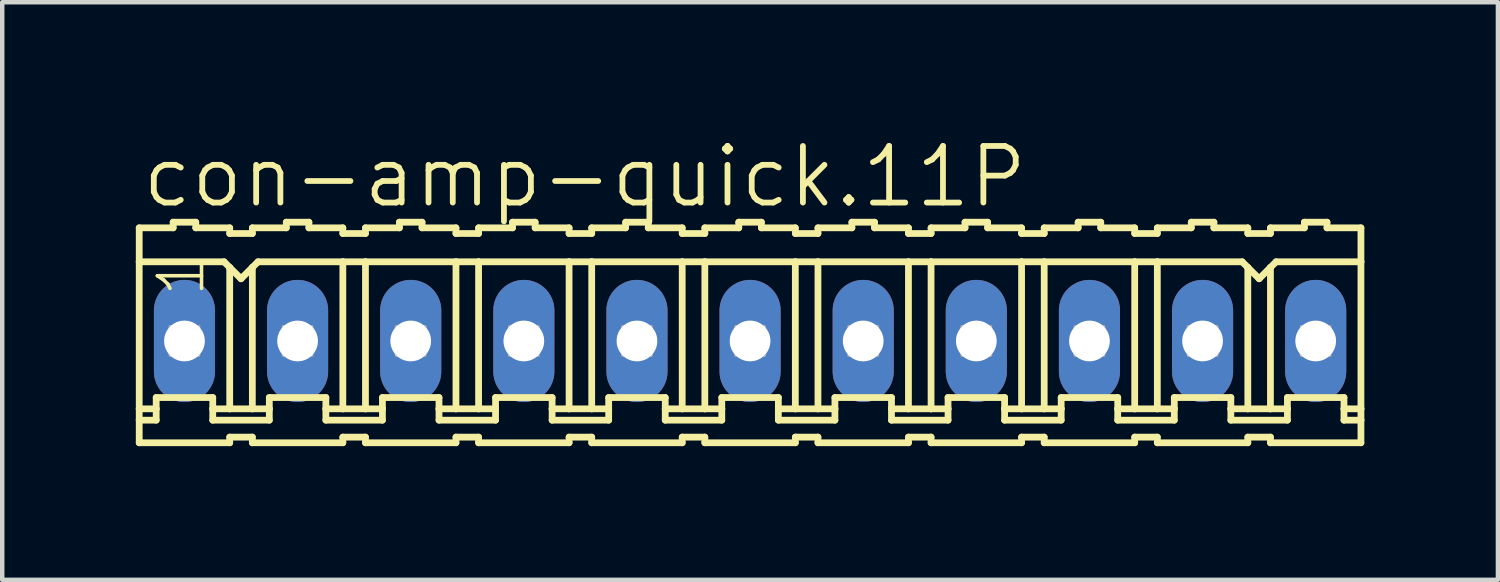
<source format=kicad_pcb>
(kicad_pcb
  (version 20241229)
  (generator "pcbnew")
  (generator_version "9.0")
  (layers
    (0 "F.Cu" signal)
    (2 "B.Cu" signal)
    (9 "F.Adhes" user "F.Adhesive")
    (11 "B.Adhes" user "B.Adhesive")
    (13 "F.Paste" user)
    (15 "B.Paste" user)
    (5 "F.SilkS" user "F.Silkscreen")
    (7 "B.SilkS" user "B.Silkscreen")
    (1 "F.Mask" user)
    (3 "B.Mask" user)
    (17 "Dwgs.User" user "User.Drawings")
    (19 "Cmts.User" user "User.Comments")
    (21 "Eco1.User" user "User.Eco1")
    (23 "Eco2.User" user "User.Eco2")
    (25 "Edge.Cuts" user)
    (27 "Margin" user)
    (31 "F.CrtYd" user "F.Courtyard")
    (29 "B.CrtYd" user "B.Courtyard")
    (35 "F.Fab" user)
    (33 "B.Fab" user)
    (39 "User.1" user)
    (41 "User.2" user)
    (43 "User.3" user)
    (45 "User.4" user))
  (footprint "con-amp-quick.11P"
    (layer "F.Cu")
    (at 13.792 4.606)
    (property "Reference" "con-amp-quick.11P" (at -13.716 -2.946 0) (layer "F.SilkS") (effects (font (size 1.27 1.27) (thickness 0.13)) (justify left bottom)))
    (attr through_hole)
    (fp_line (start -13.716 -2.54) (end -13.716 -1.778) (stroke (width 0.152) (type default)) (layer "F.SilkS"))
    (fp_line (start -13.716 -2.54) (end -12.954 -2.54) (stroke (width 0.152) (type default)) (layer "F.SilkS"))
    (fp_line (start -13.716 -1.778) (end -13.716 1.524) (stroke (width 0.152) (type default)) (layer "F.SilkS"))
    (fp_line (start -13.716 1.524) (end -13.716 1.778) (stroke (width 0.152) (type default)) (layer "F.SilkS"))
    (fp_line (start -13.716 1.778) (end -13.716 2.286) (stroke (width 0.152) (type default)) (layer "F.SilkS"))
    (fp_line (start -13.716 1.778) (end -13.335 1.778) (stroke (width 0.152) (type default)) (layer "F.SilkS"))
    (fp_line (start -13.335 1.27) (end -12.065 1.27) (stroke (width 0.152) (type default)) (layer "F.SilkS"))
    (fp_line (start -13.335 1.524) (end -13.716 1.524) (stroke (width 0.152) (type default)) (layer "F.SilkS"))
    (fp_line (start -13.335 1.524) (end -13.335 1.27) (stroke (width 0.152) (type default)) (layer "F.SilkS"))
    (fp_line (start -13.335 1.778) (end -13.335 1.524) (stroke (width 0.152) (type default)) (layer "F.SilkS"))
    (fp_line (start -12.954 -2.54) (end -12.954 -2.667) (stroke (width 0.152) (type default)) (layer "F.SilkS"))
    (fp_line (start -12.446 -2.667) (end -12.954 -2.667) (stroke (width 0.152) (type default)) (layer "F.SilkS"))
    (fp_line (start -12.446 -2.54) (end -12.446 -2.667) (stroke (width 0.152) (type default)) (layer "F.SilkS"))
    (fp_line (start -12.065 1.524) (end -12.065 1.27) (stroke (width 0.152) (type default)) (layer "F.SilkS"))
    (fp_line (start -12.065 1.524) (end -11.684 1.524) (stroke (width 0.152) (type default)) (layer "F.SilkS"))
    (fp_line (start -12.065 1.778) (end -12.065 1.524) (stroke (width 0.152) (type default)) (layer "F.SilkS"))
    (fp_line (start -11.811 -1.778) (end -13.716 -1.778) (stroke (width 0.152) (type default)) (layer "F.SilkS"))
    (fp_line (start -11.811 -1.778) (end -11.684 -1.651) (stroke (width 0.152) (type default)) (layer "F.SilkS"))
    (fp_line (start -11.684 -2.54) (end -12.446 -2.54) (stroke (width 0.152) (type default)) (layer "F.SilkS"))
    (fp_line (start -11.684 -2.413) (end -11.684 -2.54) (stroke (width 0.152) (type default)) (layer "F.SilkS"))
    (fp_line (start -11.684 -2.413) (end -11.176 -2.413) (stroke (width 0.152) (type default)) (layer "F.SilkS"))
    (fp_line (start -11.684 -1.651) (end -11.684 1.524) (stroke (width 0.152) (type default)) (layer "F.SilkS"))
    (fp_line (start -11.684 -1.651) (end -11.43 -1.397) (stroke (width 0.152) (type default)) (layer "F.SilkS"))
    (fp_line (start -11.684 1.524) (end -11.176 1.524) (stroke (width 0.152) (type default)) (layer "F.SilkS"))
    (fp_line (start -11.684 2.159) (end -11.684 2.286) (stroke (width 0.152) (type default)) (layer "F.SilkS"))
    (fp_line (start -11.684 2.286) (end -13.716 2.286) (stroke (width 0.152) (type default)) (layer "F.SilkS"))
    (fp_line (start -11.43 -1.397) (end -11.176 -1.651) (stroke (width 0.152) (type default)) (layer "F.SilkS"))
    (fp_line (start -11.176 -2.54) (end -10.414 -2.54) (stroke (width 0.152) (type default)) (layer "F.SilkS"))
    (fp_line (start -11.176 -2.413) (end -11.176 -2.54) (stroke (width 0.152) (type default)) (layer "F.SilkS"))
    (fp_line (start -11.176 -1.651) (end -11.176 1.524) (stroke (width 0.152) (type default)) (layer "F.SilkS"))
    (fp_line (start -11.176 -1.651) (end -11.049 -1.778) (stroke (width 0.152) (type default)) (layer "F.SilkS"))
    (fp_line (start -11.176 1.524) (end -10.795 1.524) (stroke (width 0.152) (type default)) (layer "F.SilkS"))
    (fp_line (start -11.176 2.159) (end -11.684 2.159) (stroke (width 0.152) (type default)) (layer "F.SilkS"))
    (fp_line (start -11.176 2.159) (end -11.176 2.286) (stroke (width 0.152) (type default)) (layer "F.SilkS"))
    (fp_line (start -11.176 2.286) (end -9.144 2.286) (stroke (width 0.152) (type default)) (layer "F.SilkS"))
    (fp_line (start -11.049 -1.778) (end -9.144 -1.778) (stroke (width 0.152) (type default)) (layer "F.SilkS"))
    (fp_line (start -10.795 1.27) (end -9.525 1.27) (stroke (width 0.152) (type default)) (layer "F.SilkS"))
    (fp_line (start -10.795 1.524) (end -10.795 1.27) (stroke (width 0.152) (type default)) (layer "F.SilkS"))
    (fp_line (start -10.795 1.778) (end -12.065 1.778) (stroke (width 0.152) (type default)) (layer "F.SilkS"))
    (fp_line (start -10.795 1.778) (end -10.795 1.524) (stroke (width 0.152) (type default)) (layer "F.SilkS"))
    (fp_line (start -10.414 -2.54) (end -10.414 -2.667) (stroke (width 0.152) (type default)) (layer "F.SilkS"))
    (fp_line (start -9.906 -2.667) (end -10.414 -2.667) (stroke (width 0.152) (type default)) (layer "F.SilkS"))
    (fp_line (start -9.906 -2.54) (end -9.906 -2.667) (stroke (width 0.152) (type default)) (layer "F.SilkS"))
    (fp_line (start -9.906 -2.54) (end -9.144 -2.54) (stroke (width 0.152) (type default)) (layer "F.SilkS"))
    (fp_line (start -9.525 1.524) (end -9.525 1.27) (stroke (width 0.152) (type default)) (layer "F.SilkS"))
    (fp_line (start -9.525 1.524) (end -9.144 1.524) (stroke (width 0.152) (type default)) (layer "F.SilkS"))
    (fp_line (start -9.525 1.778) (end -9.525 1.524) (stroke (width 0.152) (type default)) (layer "F.SilkS"))
    (fp_line (start -9.525 1.778) (end -8.255 1.778) (stroke (width 0.152) (type default)) (layer "F.SilkS"))
    (fp_line (start -9.144 -2.413) (end -9.144 -2.54) (stroke (width 0.152) (type default)) (layer "F.SilkS"))
    (fp_line (start -9.144 -1.778) (end -9.144 1.524) (stroke (width 0.152) (type default)) (layer "F.SilkS"))
    (fp_line (start -9.144 -1.778) (end -8.636 -1.778) (stroke (width 0.152) (type default)) (layer "F.SilkS"))
    (fp_line (start -9.144 1.524) (end -8.636 1.524) (stroke (width 0.152) (type default)) (layer "F.SilkS"))
    (fp_line (start -9.144 2.159) (end -9.144 2.286) (stroke (width 0.152) (type default)) (layer "F.SilkS"))
    (fp_line (start -8.636 -2.54) (end -7.874 -2.54) (stroke (width 0.152) (type default)) (layer "F.SilkS"))
    (fp_line (start -8.636 -2.413) (end -9.144 -2.413) (stroke (width 0.152) (type default)) (layer "F.SilkS"))
    (fp_line (start -8.636 -2.413) (end -8.636 -2.54) (stroke (width 0.152) (type default)) (layer "F.SilkS"))
    (fp_line (start -8.636 -1.778) (end -8.636 1.524) (stroke (width 0.152) (type default)) (layer "F.SilkS"))
    (fp_line (start -8.636 -1.778) (end -6.604 -1.778) (stroke (width 0.152) (type default)) (layer "F.SilkS"))
    (fp_line (start -8.636 1.524) (end -8.255 1.524) (stroke (width 0.152) (type default)) (layer "F.SilkS"))
    (fp_line (start -8.636 2.159) (end -9.144 2.159) (stroke (width 0.152) (type default)) (layer "F.SilkS"))
    (fp_line (start -8.636 2.159) (end -8.636 2.286) (stroke (width 0.152) (type default)) (layer "F.SilkS"))
    (fp_line (start -8.255 1.27) (end -6.985 1.27) (stroke (width 0.152) (type default)) (layer "F.SilkS"))
    (fp_line (start -8.255 1.524) (end -8.255 1.27) (stroke (width 0.152) (type default)) (layer "F.SilkS"))
    (fp_line (start -8.255 1.778) (end -8.255 1.524) (stroke (width 0.152) (type default)) (layer "F.SilkS"))
    (fp_line (start -7.874 -2.54) (end -7.874 -2.667) (stroke (width 0.152) (type default)) (layer "F.SilkS"))
    (fp_line (start -7.366 -2.667) (end -7.874 -2.667) (stroke (width 0.152) (type default)) (layer "F.SilkS"))
    (fp_line (start -7.366 -2.54) (end -7.366 -2.667) (stroke (width 0.152) (type default)) (layer "F.SilkS"))
    (fp_line (start -7.366 -2.54) (end -6.604 -2.54) (stroke (width 0.152) (type default)) (layer "F.SilkS"))
    (fp_line (start -6.985 1.524) (end -6.985 1.27) (stroke (width 0.152) (type default)) (layer "F.SilkS"))
    (fp_line (start -6.985 1.524) (end -6.604 1.524) (stroke (width 0.152) (type default)) (layer "F.SilkS"))
    (fp_line (start -6.985 1.778) (end -6.985 1.524) (stroke (width 0.152) (type default)) (layer "F.SilkS"))
    (fp_line (start -6.604 -2.54) (end -6.604 -2.413) (stroke (width 0.152) (type default)) (layer "F.SilkS"))
    (fp_line (start -6.604 -1.778) (end -6.604 1.524) (stroke (width 0.152) (type default)) (layer "F.SilkS"))
    (fp_line (start -6.604 2.159) (end -6.604 2.286) (stroke (width 0.152) (type default)) (layer "F.SilkS"))
    (fp_line (start -6.604 2.286) (end -8.636 2.286) (stroke (width 0.152) (type default)) (layer "F.SilkS"))
    (fp_line (start -6.096 -2.54) (end -6.096 -2.413) (stroke (width 0.152) (type default)) (layer "F.SilkS"))
    (fp_line (start -6.096 -2.54) (end -5.334 -2.54) (stroke (width 0.152) (type default)) (layer "F.SilkS"))
    (fp_line (start -6.096 -2.413) (end -6.604 -2.413) (stroke (width 0.152) (type default)) (layer "F.SilkS"))
    (fp_line (start -6.096 -1.778) (end -6.604 -1.778) (stroke (width 0.152) (type default)) (layer "F.SilkS"))
    (fp_line (start -6.096 -1.778) (end -6.096 1.524) (stroke (width 0.152) (type default)) (layer "F.SilkS"))
    (fp_line (start -6.096 -1.778) (end -4.064 -1.778) (stroke (width 0.152) (type default)) (layer "F.SilkS"))
    (fp_line (start -6.096 1.524) (end -6.604 1.524) (stroke (width 0.152) (type default)) (layer "F.SilkS"))
    (fp_line (start -6.096 2.159) (end -6.604 2.159) (stroke (width 0.152) (type default)) (layer "F.SilkS"))
    (fp_line (start -6.096 2.159) (end -6.096 2.286) (stroke (width 0.152) (type default)) (layer "F.SilkS"))
    (fp_line (start -5.715 1.27) (end -4.445 1.27) (stroke (width 0.152) (type default)) (layer "F.SilkS"))
    (fp_line (start -5.715 1.524) (end -6.096 1.524) (stroke (width 0.152) (type default)) (layer "F.SilkS"))
    (fp_line (start -5.715 1.524) (end -5.715 1.27) (stroke (width 0.152) (type default)) (layer "F.SilkS"))
    (fp_line (start -5.715 1.778) (end -6.985 1.778) (stroke (width 0.152) (type default)) (layer "F.SilkS"))
    (fp_line (start -5.715 1.778) (end -5.715 1.524) (stroke (width 0.152) (type default)) (layer "F.SilkS"))
    (fp_line (start -5.334 -2.54) (end -5.334 -2.667) (stroke (width 0.152) (type default)) (layer "F.SilkS"))
    (fp_line (start -4.826 -2.667) (end -5.334 -2.667) (stroke (width 0.152) (type default)) (layer "F.SilkS"))
    (fp_line (start -4.826 -2.54) (end -4.826 -2.667) (stroke (width 0.152) (type default)) (layer "F.SilkS"))
    (fp_line (start -4.445 1.524) (end -4.445 1.27) (stroke (width 0.152) (type default)) (layer "F.SilkS"))
    (fp_line (start -4.445 1.524) (end -4.064 1.524) (stroke (width 0.152) (type default)) (layer "F.SilkS"))
    (fp_line (start -4.445 1.778) (end -4.445 1.524) (stroke (width 0.152) (type default)) (layer "F.SilkS"))
    (fp_line (start -4.064 -2.54) (end -4.826 -2.54) (stroke (width 0.152) (type default)) (layer "F.SilkS"))
    (fp_line (start -4.064 -2.413) (end -4.064 -2.54) (stroke (width 0.152) (type default)) (layer "F.SilkS"))
    (fp_line (start -4.064 -2.413) (end -3.556 -2.413) (stroke (width 0.152) (type default)) (layer "F.SilkS"))
    (fp_line (start -4.064 -1.778) (end -4.064 1.524) (stroke (width 0.152) (type default)) (layer "F.SilkS"))
    (fp_line (start -4.064 -1.778) (end -3.556 -1.778) (stroke (width 0.152) (type default)) (layer "F.SilkS"))
    (fp_line (start -4.064 1.524) (end -3.556 1.524) (stroke (width 0.152) (type default)) (layer "F.SilkS"))
    (fp_line (start -4.064 2.159) (end -4.064 2.286) (stroke (width 0.152) (type default)) (layer "F.SilkS"))
    (fp_line (start -4.064 2.286) (end -6.096 2.286) (stroke (width 0.152) (type default)) (layer "F.SilkS"))
    (fp_line (start -3.556 -2.54) (end -2.794 -2.54) (stroke (width 0.152) (type default)) (layer "F.SilkS"))
    (fp_line (start -3.556 -2.413) (end -3.556 -2.54) (stroke (width 0.152) (type default)) (layer "F.SilkS"))
    (fp_line (start -3.556 -1.778) (end -3.556 1.524) (stroke (width 0.152) (type default)) (layer "F.SilkS"))
    (fp_line (start -3.556 -1.778) (end -1.524 -1.778) (stroke (width 0.152) (type default)) (layer "F.SilkS"))
    (fp_line (start -3.556 1.524) (end -3.175 1.524) (stroke (width 0.152) (type default)) (layer "F.SilkS"))
    (fp_line (start -3.556 2.159) (end -4.064 2.159) (stroke (width 0.152) (type default)) (layer "F.SilkS"))
    (fp_line (start -3.556 2.159) (end -3.556 2.286) (stroke (width 0.152) (type default)) (layer "F.SilkS"))
    (fp_line (start -3.175 1.27) (end -1.905 1.27) (stroke (width 0.152) (type default)) (layer "F.SilkS"))
    (fp_line (start -3.175 1.524) (end -3.175 1.27) (stroke (width 0.152) (type default)) (layer "F.SilkS"))
    (fp_line (start -3.175 1.778) (end -4.445 1.778) (stroke (width 0.152) (type default)) (layer "F.SilkS"))
    (fp_line (start -3.175 1.778) (end -3.175 1.524) (stroke (width 0.152) (type default)) (layer "F.SilkS"))
    (fp_line (start -2.794 -2.54) (end -2.794 -2.667) (stroke (width 0.152) (type default)) (layer "F.SilkS"))
    (fp_line (start -2.286 -2.667) (end -2.794 -2.667) (stroke (width 0.152) (type default)) (layer "F.SilkS"))
    (fp_line (start -2.286 -2.54) (end -2.286 -2.667) (stroke (width 0.152) (type default)) (layer "F.SilkS"))
    (fp_line (start -1.905 1.524) (end -1.905 1.27) (stroke (width 0.152) (type default)) (layer "F.SilkS"))
    (fp_line (start -1.905 1.524) (end -1.524 1.524) (stroke (width 0.152) (type default)) (layer "F.SilkS"))
    (fp_line (start -1.905 1.778) (end -1.905 1.524) (stroke (width 0.152) (type default)) (layer "F.SilkS"))
    (fp_line (start -1.524 -2.54) (end -2.286 -2.54) (stroke (width 0.152) (type default)) (layer "F.SilkS"))
    (fp_line (start -1.524 -2.413) (end -1.524 -2.54) (stroke (width 0.152) (type default)) (layer "F.SilkS"))
    (fp_line (start -1.524 -2.413) (end -1.016 -2.413) (stroke (width 0.152) (type default)) (layer "F.SilkS"))
    (fp_line (start -1.524 -1.778) (end -1.524 1.524) (stroke (width 0.152) (type default)) (layer "F.SilkS"))
    (fp_line (start -1.524 -1.778) (end -1.016 -1.778) (stroke (width 0.152) (type default)) (layer "F.SilkS"))
    (fp_line (start -1.524 1.524) (end -1.016 1.524) (stroke (width 0.152) (type default)) (layer "F.SilkS"))
    (fp_line (start -1.524 2.159) (end -1.524 2.286) (stroke (width 0.152) (type default)) (layer "F.SilkS"))
    (fp_line (start -1.524 2.286) (end -3.556 2.286) (stroke (width 0.152) (type default)) (layer "F.SilkS"))
    (fp_line (start -1.016 -2.54) (end -0.254 -2.54) (stroke (width 0.152) (type default)) (layer "F.SilkS"))
    (fp_line (start -1.016 -2.413) (end -1.016 -2.54) (stroke (width 0.152) (type default)) (layer "F.SilkS"))
    (fp_line (start -1.016 -1.778) (end -1.016 1.524) (stroke (width 0.152) (type default)) (layer "F.SilkS"))
    (fp_line (start -1.016 -1.778) (end 1.016 -1.778) (stroke (width 0.152) (type default)) (layer "F.SilkS"))
    (fp_line (start -1.016 1.524) (end -0.635 1.524) (stroke (width 0.152) (type default)) (layer "F.SilkS"))
    (fp_line (start -1.016 2.159) (end -1.524 2.159) (stroke (width 0.152) (type default)) (layer "F.SilkS"))
    (fp_line (start -1.016 2.159) (end -1.016 2.286) (stroke (width 0.152) (type default)) (layer "F.SilkS"))
    (fp_line (start -0.635 1.27) (end 0.635 1.27) (stroke (width 0.152) (type default)) (layer "F.SilkS"))
    (fp_line (start -0.635 1.524) (end -0.635 1.27) (stroke (width 0.152) (type default)) (layer "F.SilkS"))
    (fp_line (start -0.635 1.778) (end -1.905 1.778) (stroke (width 0.152) (type default)) (layer "F.SilkS"))
    (fp_line (start -0.635 1.778) (end -0.635 1.524) (stroke (width 0.152) (type default)) (layer "F.SilkS"))
    (fp_line (start -0.254 -2.54) (end -0.254 -2.667) (stroke (width 0.152) (type default)) (layer "F.SilkS"))
    (fp_line (start 0.254 -2.667) (end -0.254 -2.667) (stroke (width 0.152) (type default)) (layer "F.SilkS"))
    (fp_line (start 0.254 -2.54) (end 0.254 -2.667) (stroke (width 0.152) (type default)) (layer "F.SilkS"))
    (fp_line (start 0.635 1.524) (end 0.635 1.27) (stroke (width 0.152) (type default)) (layer "F.SilkS"))
    (fp_line (start 0.635 1.524) (end 1.016 1.524) (stroke (width 0.152) (type default)) (layer "F.SilkS"))
    (fp_line (start 0.635 1.778) (end 0.635 1.524) (stroke (width 0.152) (type default)) (layer "F.SilkS"))
    (fp_line (start 1.016 -2.54) (end 0.254 -2.54) (stroke (width 0.152) (type default)) (layer "F.SilkS"))
    (fp_line (start 1.016 -2.413) (end 1.016 -2.54) (stroke (width 0.152) (type default)) (layer "F.SilkS"))
    (fp_line (start 1.016 -2.413) (end 1.524 -2.413) (stroke (width 0.152) (type default)) (layer "F.SilkS"))
    (fp_line (start 1.016 -1.778) (end 1.016 1.524) (stroke (width 0.152) (type default)) (layer "F.SilkS"))
    (fp_line (start 1.016 -1.778) (end 1.524 -1.778) (stroke (width 0.152) (type default)) (layer "F.SilkS"))
    (fp_line (start 1.016 1.524) (end 1.524 1.524) (stroke (width 0.152) (type default)) (layer "F.SilkS"))
    (fp_line (start 1.016 2.159) (end 1.016 2.286) (stroke (width 0.152) (type default)) (layer "F.SilkS"))
    (fp_line (start 1.016 2.286) (end -1.016 2.286) (stroke (width 0.152) (type default)) (layer "F.SilkS"))
    (fp_line (start 1.524 -2.54) (end 2.286 -2.54) (stroke (width 0.152) (type default)) (layer "F.SilkS"))
    (fp_line (start 1.524 -2.413) (end 1.524 -2.54) (stroke (width 0.152) (type default)) (layer "F.SilkS"))
    (fp_line (start 1.524 -1.778) (end 1.524 1.524) (stroke (width 0.152) (type default)) (layer "F.SilkS"))
    (fp_line (start 1.524 -1.778) (end 3.556 -1.778) (stroke (width 0.152) (type default)) (layer "F.SilkS"))
    (fp_line (start 1.524 1.524) (end 1.905 1.524) (stroke (width 0.152) (type default)) (layer "F.SilkS"))
    (fp_line (start 1.524 2.159) (end 1.016 2.159) (stroke (width 0.152) (type default)) (layer "F.SilkS"))
    (fp_line (start 1.524 2.159) (end 1.524 2.286) (stroke (width 0.152) (type default)) (layer "F.SilkS"))
    (fp_line (start 1.905 1.27) (end 3.175 1.27) (stroke (width 0.152) (type default)) (layer "F.SilkS"))
    (fp_line (start 1.905 1.524) (end 1.905 1.27) (stroke (width 0.152) (type default)) (layer "F.SilkS"))
    (fp_line (start 1.905 1.778) (end 0.635 1.778) (stroke (width 0.152) (type default)) (layer "F.SilkS"))
    (fp_line (start 1.905 1.778) (end 1.905 1.524) (stroke (width 0.152) (type default)) (layer "F.SilkS"))
    (fp_line (start 2.286 -2.54) (end 2.286 -2.667) (stroke (width 0.152) (type default)) (layer "F.SilkS"))
    (fp_line (start 2.794 -2.667) (end 2.286 -2.667) (stroke (width 0.152) (type default)) (layer "F.SilkS"))
    (fp_line (start 2.794 -2.54) (end 2.794 -2.667) (stroke (width 0.152) (type default)) (layer "F.SilkS"))
    (fp_line (start 3.175 1.524) (end 3.175 1.27) (stroke (width 0.152) (type default)) (layer "F.SilkS"))
    (fp_line (start 3.175 1.524) (end 3.556 1.524) (stroke (width 0.152) (type default)) (layer "F.SilkS"))
    (fp_line (start 3.175 1.778) (end 3.175 1.524) (stroke (width 0.152) (type default)) (layer "F.SilkS"))
    (fp_line (start 3.556 -2.54) (end 2.794 -2.54) (stroke (width 0.152) (type default)) (layer "F.SilkS"))
    (fp_line (start 3.556 -2.413) (end 3.556 -2.54) (stroke (width 0.152) (type default)) (layer "F.SilkS"))
    (fp_line (start 3.556 -2.413) (end 4.064 -2.413) (stroke (width 0.152) (type default)) (layer "F.SilkS"))
    (fp_line (start 3.556 -1.778) (end 3.556 1.524) (stroke (width 0.152) (type default)) (layer "F.SilkS"))
    (fp_line (start 3.556 -1.778) (end 4.064 -1.778) (stroke (width 0.152) (type default)) (layer "F.SilkS"))
    (fp_line (start 3.556 1.524) (end 4.064 1.524) (stroke (width 0.152) (type default)) (layer "F.SilkS"))
    (fp_line (start 3.556 2.159) (end 3.556 2.286) (stroke (width 0.152) (type default)) (layer "F.SilkS"))
    (fp_line (start 3.556 2.286) (end 1.524 2.286) (stroke (width 0.152) (type default)) (layer "F.SilkS"))
    (fp_line (start 4.064 -2.54) (end 4.826 -2.54) (stroke (width 0.152) (type default)) (layer "F.SilkS"))
    (fp_line (start 4.064 -2.413) (end 4.064 -2.54) (stroke (width 0.152) (type default)) (layer "F.SilkS"))
    (fp_line (start 4.064 -1.778) (end 4.064 1.524) (stroke (width 0.152) (type default)) (layer "F.SilkS"))
    (fp_line (start 4.064 -1.778) (end 6.096 -1.778) (stroke (width 0.152) (type default)) (layer "F.SilkS"))
    (fp_line (start 4.064 1.524) (end 4.445 1.524) (stroke (width 0.152) (type default)) (layer "F.SilkS"))
    (fp_line (start 4.064 2.159) (end 3.556 2.159) (stroke (width 0.152) (type default)) (layer "F.SilkS"))
    (fp_line (start 4.064 2.159) (end 4.064 2.286) (stroke (width 0.152) (type default)) (layer "F.SilkS"))
    (fp_line (start 4.445 1.27) (end 5.715 1.27) (stroke (width 0.152) (type default)) (layer "F.SilkS"))
    (fp_line (start 4.445 1.524) (end 4.445 1.27) (stroke (width 0.152) (type default)) (layer "F.SilkS"))
    (fp_line (start 4.445 1.778) (end 3.175 1.778) (stroke (width 0.152) (type default)) (layer "F.SilkS"))
    (fp_line (start 4.445 1.778) (end 4.445 1.524) (stroke (width 0.152) (type default)) (layer "F.SilkS"))
    (fp_line (start 4.826 -2.54) (end 4.826 -2.667) (stroke (width 0.152) (type default)) (layer "F.SilkS"))
    (fp_line (start 5.334 -2.667) (end 4.826 -2.667) (stroke (width 0.152) (type default)) (layer "F.SilkS"))
    (fp_line (start 5.334 -2.54) (end 5.334 -2.667) (stroke (width 0.152) (type default)) (layer "F.SilkS"))
    (fp_line (start 5.715 1.524) (end 5.715 1.27) (stroke (width 0.152) (type default)) (layer "F.SilkS"))
    (fp_line (start 5.715 1.524) (end 6.096 1.524) (stroke (width 0.152) (type default)) (layer "F.SilkS"))
    (fp_line (start 5.715 1.778) (end 5.715 1.524) (stroke (width 0.152) (type default)) (layer "F.SilkS"))
    (fp_line (start 6.096 -2.54) (end 5.334 -2.54) (stroke (width 0.152) (type default)) (layer "F.SilkS"))
    (fp_line (start 6.096 -2.413) (end 6.096 -2.54) (stroke (width 0.152) (type default)) (layer "F.SilkS"))
    (fp_line (start 6.096 -2.413) (end 6.604 -2.413) (stroke (width 0.152) (type default)) (layer "F.SilkS"))
    (fp_line (start 6.096 -1.778) (end 6.096 1.524) (stroke (width 0.152) (type default)) (layer "F.SilkS"))
    (fp_line (start 6.096 -1.778) (end 6.604 -1.778) (stroke (width 0.152) (type default)) (layer "F.SilkS"))
    (fp_line (start 6.096 1.524) (end 6.604 1.524) (stroke (width 0.152) (type default)) (layer "F.SilkS"))
    (fp_line (start 6.096 2.159) (end 6.096 2.286) (stroke (width 0.152) (type default)) (layer "F.SilkS"))
    (fp_line (start 6.096 2.286) (end 4.064 2.286) (stroke (width 0.152) (type default)) (layer "F.SilkS"))
    (fp_line (start 6.604 -2.54) (end 7.366 -2.54) (stroke (width 0.152) (type default)) (layer "F.SilkS"))
    (fp_line (start 6.604 -2.413) (end 6.604 -2.54) (stroke (width 0.152) (type default)) (layer "F.SilkS"))
    (fp_line (start 6.604 -1.778) (end 6.604 1.524) (stroke (width 0.152) (type default)) (layer "F.SilkS"))
    (fp_line (start 6.604 -1.778) (end 8.636 -1.778) (stroke (width 0.152) (type default)) (layer "F.SilkS"))
    (fp_line (start 6.604 1.524) (end 6.985 1.524) (stroke (width 0.152) (type default)) (layer "F.SilkS"))
    (fp_line (start 6.604 2.159) (end 6.096 2.159) (stroke (width 0.152) (type default)) (layer "F.SilkS"))
    (fp_line (start 6.604 2.159) (end 6.604 2.286) (stroke (width 0.152) (type default)) (layer "F.SilkS"))
    (fp_line (start 6.985 1.27) (end 8.255 1.27) (stroke (width 0.152) (type default)) (layer "F.SilkS"))
    (fp_line (start 6.985 1.524) (end 6.985 1.27) (stroke (width 0.152) (type default)) (layer "F.SilkS"))
    (fp_line (start 6.985 1.778) (end 5.715 1.778) (stroke (width 0.152) (type default)) (layer "F.SilkS"))
    (fp_line (start 6.985 1.778) (end 6.985 1.524) (stroke (width 0.152) (type default)) (layer "F.SilkS"))
    (fp_line (start 7.366 -2.54) (end 7.366 -2.667) (stroke (width 0.152) (type default)) (layer "F.SilkS"))
    (fp_line (start 7.874 -2.667) (end 7.366 -2.667) (stroke (width 0.152) (type default)) (layer "F.SilkS"))
    (fp_line (start 7.874 -2.54) (end 7.874 -2.667) (stroke (width 0.152) (type default)) (layer "F.SilkS"))
    (fp_line (start 8.255 1.524) (end 8.255 1.27) (stroke (width 0.152) (type default)) (layer "F.SilkS"))
    (fp_line (start 8.255 1.524) (end 8.636 1.524) (stroke (width 0.152) (type default)) (layer "F.SilkS"))
    (fp_line (start 8.255 1.778) (end 8.255 1.524) (stroke (width 0.152) (type default)) (layer "F.SilkS"))
    (fp_line (start 8.636 -2.54) (end 7.874 -2.54) (stroke (width 0.152) (type default)) (layer "F.SilkS"))
    (fp_line (start 8.636 -2.413) (end 8.636 -2.54) (stroke (width 0.152) (type default)) (layer "F.SilkS"))
    (fp_line (start 8.636 -2.413) (end 9.144 -2.413) (stroke (width 0.152) (type default)) (layer "F.SilkS"))
    (fp_line (start 8.636 -1.778) (end 8.636 1.524) (stroke (width 0.152) (type default)) (layer "F.SilkS"))
    (fp_line (start 8.636 -1.778) (end 9.144 -1.778) (stroke (width 0.152) (type default)) (layer "F.SilkS"))
    (fp_line (start 8.636 1.524) (end 9.144 1.524) (stroke (width 0.152) (type default)) (layer "F.SilkS"))
    (fp_line (start 8.636 2.159) (end 8.636 2.286) (stroke (width 0.152) (type default)) (layer "F.SilkS"))
    (fp_line (start 8.636 2.286) (end 6.604 2.286) (stroke (width 0.152) (type default)) (layer "F.SilkS"))
    (fp_line (start 9.144 -2.54) (end 9.906 -2.54) (stroke (width 0.152) (type default)) (layer "F.SilkS"))
    (fp_line (start 9.144 -2.413) (end 9.144 -2.54) (stroke (width 0.152) (type default)) (layer "F.SilkS"))
    (fp_line (start 9.144 -1.778) (end 9.144 1.524) (stroke (width 0.152) (type default)) (layer "F.SilkS"))
    (fp_line (start 9.144 -1.778) (end 11.049 -1.778) (stroke (width 0.152) (type default)) (layer "F.SilkS"))
    (fp_line (start 9.144 1.524) (end 9.525 1.524) (stroke (width 0.152) (type default)) (layer "F.SilkS"))
    (fp_line (start 9.144 2.159) (end 8.636 2.159) (stroke (width 0.152) (type default)) (layer "F.SilkS"))
    (fp_line (start 9.144 2.159) (end 9.144 2.286) (stroke (width 0.152) (type default)) (layer "F.SilkS"))
    (fp_line (start 9.525 1.27) (end 10.795 1.27) (stroke (width 0.152) (type default)) (layer "F.SilkS"))
    (fp_line (start 9.525 1.524) (end 9.525 1.27) (stroke (width 0.152) (type default)) (layer "F.SilkS"))
    (fp_line (start 9.525 1.778) (end 8.255 1.778) (stroke (width 0.152) (type default)) (layer "F.SilkS"))
    (fp_line (start 9.525 1.778) (end 9.525 1.524) (stroke (width 0.152) (type default)) (layer "F.SilkS"))
    (fp_line (start 9.906 -2.54) (end 9.906 -2.667) (stroke (width 0.152) (type default)) (layer "F.SilkS"))
    (fp_line (start 10.414 -2.667) (end 9.906 -2.667) (stroke (width 0.152) (type default)) (layer "F.SilkS"))
    (fp_line (start 10.414 -2.54) (end 10.414 -2.667) (stroke (width 0.152) (type default)) (layer "F.SilkS"))
    (fp_line (start 10.414 -2.54) (end 11.176 -2.54) (stroke (width 0.152) (type default)) (layer "F.SilkS"))
    (fp_line (start 10.795 1.524) (end 10.795 1.27) (stroke (width 0.152) (type default)) (layer "F.SilkS"))
    (fp_line (start 10.795 1.524) (end 11.176 1.524) (stroke (width 0.152) (type default)) (layer "F.SilkS"))
    (fp_line (start 10.795 1.778) (end 10.795 1.524) (stroke (width 0.152) (type default)) (layer "F.SilkS"))
    (fp_line (start 10.795 1.778) (end 12.065 1.778) (stroke (width 0.152) (type default)) (layer "F.SilkS"))
    (fp_line (start 11.049 -1.778) (end 11.176 -1.651) (stroke (width 0.152) (type default)) (layer "F.SilkS"))
    (fp_line (start 11.176 -2.413) (end 11.176 -2.54) (stroke (width 0.152) (type default)) (layer "F.SilkS"))
    (fp_line (start 11.176 -1.651) (end 11.176 1.524) (stroke (width 0.152) (type default)) (layer "F.SilkS"))
    (fp_line (start 11.176 -1.651) (end 11.43 -1.397) (stroke (width 0.152) (type default)) (layer "F.SilkS"))
    (fp_line (start 11.176 1.524) (end 11.684 1.524) (stroke (width 0.152) (type default)) (layer "F.SilkS"))
    (fp_line (start 11.176 2.159) (end 11.176 2.286) (stroke (width 0.152) (type default)) (layer "F.SilkS"))
    (fp_line (start 11.176 2.286) (end 9.144 2.286) (stroke (width 0.152) (type default)) (layer "F.SilkS"))
    (fp_line (start 11.43 -1.397) (end 11.684 -1.651) (stroke (width 0.152) (type default)) (layer "F.SilkS"))
    (fp_line (start 11.684 -2.54) (end 12.446 -2.54) (stroke (width 0.152) (type default)) (layer "F.SilkS"))
    (fp_line (start 11.684 -2.413) (end 11.176 -2.413) (stroke (width 0.152) (type default)) (layer "F.SilkS"))
    (fp_line (start 11.684 -2.413) (end 11.684 -2.54) (stroke (width 0.152) (type default)) (layer "F.SilkS"))
    (fp_line (start 11.684 -1.651) (end 11.684 1.524) (stroke (width 0.152) (type default)) (layer "F.SilkS"))
    (fp_line (start 11.684 -1.651) (end 11.811 -1.778) (stroke (width 0.152) (type default)) (layer "F.SilkS"))
    (fp_line (start 11.684 1.524) (end 12.065 1.524) (stroke (width 0.152) (type default)) (layer "F.SilkS"))
    (fp_line (start 11.684 2.159) (end 11.176 2.159) (stroke (width 0.152) (type default)) (layer "F.SilkS"))
    (fp_line (start 11.684 2.159) (end 11.684 2.286) (stroke (width 0.152) (type default)) (layer "F.SilkS"))
    (fp_line (start 11.811 -1.778) (end 13.716 -1.778) (stroke (width 0.152) (type default)) (layer "F.SilkS"))
    (fp_line (start 12.065 1.27) (end 13.335 1.27) (stroke (width 0.152) (type default)) (layer "F.SilkS"))
    (fp_line (start 12.065 1.524) (end 12.065 1.27) (stroke (width 0.152) (type default)) (layer "F.SilkS"))
    (fp_line (start 12.065 1.778) (end 12.065 1.524) (stroke (width 0.152) (type default)) (layer "F.SilkS"))
    (fp_line (start 12.446 -2.54) (end 12.446 -2.667) (stroke (width 0.152) (type default)) (layer "F.SilkS"))
    (fp_line (start 12.954 -2.667) (end 12.446 -2.667) (stroke (width 0.152) (type default)) (layer "F.SilkS"))
    (fp_line (start 12.954 -2.54) (end 12.954 -2.667) (stroke (width 0.152) (type default)) (layer "F.SilkS"))
    (fp_line (start 12.954 -2.54) (end 13.716 -2.54) (stroke (width 0.152) (type default)) (layer "F.SilkS"))
    (fp_line (start 13.335 1.524) (end 13.335 1.27) (stroke (width 0.152) (type default)) (layer "F.SilkS"))
    (fp_line (start 13.335 1.524) (end 13.716 1.524) (stroke (width 0.152) (type default)) (layer "F.SilkS"))
    (fp_line (start 13.335 1.778) (end 13.335 1.524) (stroke (width 0.152) (type default)) (layer "F.SilkS"))
    (fp_line (start 13.716 -1.778) (end 13.716 -2.54) (stroke (width 0.152) (type default)) (layer "F.SilkS"))
    (fp_line (start 13.716 -1.778) (end 13.716 1.524) (stroke (width 0.152) (type default)) (layer "F.SilkS"))
    (fp_line (start 13.716 1.524) (end 13.716 1.778) (stroke (width 0.152) (type default)) (layer "F.SilkS"))
    (fp_line (start 13.716 1.778) (end 13.335 1.778) (stroke (width 0.152) (type default)) (layer "F.SilkS"))
    (fp_line (start 13.716 1.778) (end 13.716 2.286) (stroke (width 0.152) (type default)) (layer "F.SilkS"))
    (fp_line (start 13.716 2.286) (end 11.684 2.286) (stroke (width 0.152) (type default)) (layer "F.SilkS"))
    (fp_rect (start -13.03 0.33) (end -12.37 -0.33) (stroke (width 0.05) (type default)) (fill no) (layer "F.Fab"))
    (fp_rect (start -10.49 0.33) (end -9.83 -0.33) (stroke (width 0.05) (type default)) (fill no) (layer "F.Fab"))
    (fp_rect (start -7.95 0.33) (end -7.29 -0.33) (stroke (width 0.05) (type default)) (fill no) (layer "F.Fab"))
    (fp_rect (start -5.41 0.33) (end -4.75 -0.33) (stroke (width 0.05) (type default)) (fill no) (layer "F.Fab"))
    (fp_rect (start -2.87 0.33) (end -2.21 -0.33) (stroke (width 0.05) (type default)) (fill no) (layer "F.Fab"))
    (fp_rect (start -0.33 0.33) (end 0.33 -0.33) (stroke (width 0.05) (type default)) (fill no) (layer "F.Fab"))
    (fp_rect (start 2.21 0.33) (end 2.87 -0.33) (stroke (width 0.05) (type default)) (fill no) (layer "F.Fab"))
    (fp_rect (start 4.75 0.33) (end 5.41 -0.33) (stroke (width 0.05) (type default)) (fill no) (layer "F.Fab"))
    (fp_rect (start 7.29 0.33) (end 7.95 -0.33) (stroke (width 0.05) (type default)) (fill no) (layer "F.Fab"))
    (fp_rect (start 9.83 0.33) (end 10.49 -0.33) (stroke (width 0.05) (type default)) (fill no) (layer "F.Fab"))
    (fp_rect (start 12.37 0.33) (end 13.03 -0.33) (stroke (width 0.05) (type default)) (fill no) (layer "F.Fab"))
    (fp_text user "1" (at -12.192 -0.94 90) (layer "F.SilkS") (effects (font (size 0.991 0.991) (thickness 0.08)) (justify left bottom)))
    (pad "1" thru_hole oval (at -12.7 0 90) (size 2.743 1.372) (drill 0.914) (layers "*.Cu" "*.Mask"))
    (pad "2" thru_hole oval (at -10.16 0 90) (size 2.743 1.372) (drill 0.914) (layers "*.Cu" "*.Mask"))
    (pad "3" thru_hole oval (at -7.62 0 90) (size 2.743 1.372) (drill 0.914) (layers "*.Cu" "*.Mask"))
    (pad "4" thru_hole oval (at -5.08 0 90) (size 2.743 1.372) (drill 0.914) (layers "*.Cu" "*.Mask"))
    (pad "5" thru_hole oval (at -2.54 0 90) (size 2.743 1.372) (drill 0.914) (layers "*.Cu" "*.Mask"))
    (pad "6" thru_hole oval (at 0 0 90) (size 2.743 1.372) (drill 0.914) (layers "*.Cu" "*.Mask"))
    (pad "7" thru_hole oval (at 2.54 0 90) (size 2.743 1.372) (drill 0.914) (layers "*.Cu" "*.Mask"))
    (pad "8" thru_hole oval (at 5.08 0 90) (size 2.743 1.372) (drill 0.914) (layers "*.Cu" "*.Mask"))
    (pad "9" thru_hole oval (at 7.62 0 90) (size 2.743 1.372) (drill 0.914) (layers "*.Cu" "*.Mask"))
    (pad "10" thru_hole oval (at 10.16 0 90) (size 2.743 1.372) (drill 0.914) (layers "*.Cu" "*.Mask"))
    (pad "11" thru_hole oval (at 12.7 0 90) (size 2.743 1.372) (drill 0.914) (layers "*.Cu" "*.Mask")))
  (gr_rect
    (start -3 -3)
    (end 30.584 9.969)
    (stroke (width 0.1) (type default))
    (fill no)
    (layer "Edge.Cuts")))
</source>
